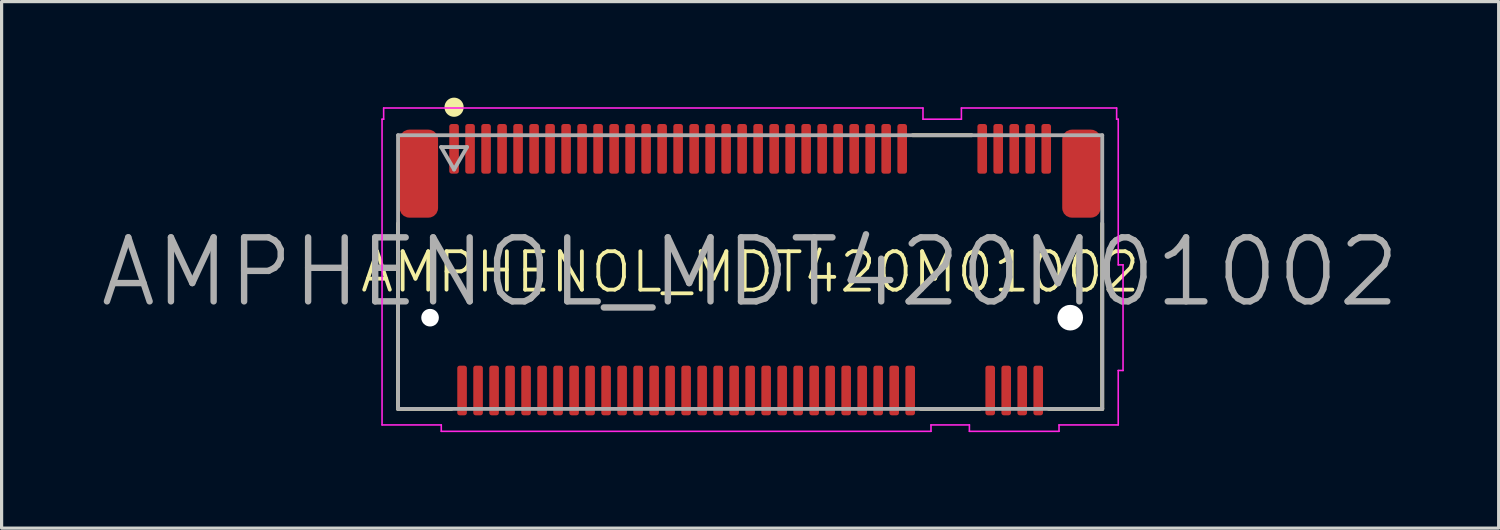
<source format=kicad_pcb>
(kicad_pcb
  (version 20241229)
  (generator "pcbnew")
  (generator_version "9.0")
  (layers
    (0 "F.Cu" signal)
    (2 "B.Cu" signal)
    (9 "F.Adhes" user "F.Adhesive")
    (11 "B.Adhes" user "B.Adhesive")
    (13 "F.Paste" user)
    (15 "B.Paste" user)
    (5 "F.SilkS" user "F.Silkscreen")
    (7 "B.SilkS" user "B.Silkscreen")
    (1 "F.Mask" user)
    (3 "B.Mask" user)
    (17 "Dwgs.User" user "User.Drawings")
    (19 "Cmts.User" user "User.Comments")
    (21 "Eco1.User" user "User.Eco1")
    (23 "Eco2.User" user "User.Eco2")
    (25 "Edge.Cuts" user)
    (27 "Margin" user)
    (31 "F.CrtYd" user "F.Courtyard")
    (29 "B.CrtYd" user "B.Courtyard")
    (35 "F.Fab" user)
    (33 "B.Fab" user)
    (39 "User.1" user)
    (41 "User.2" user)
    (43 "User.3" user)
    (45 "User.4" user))
  (footprint "AMPHENOL_MDT420M01002"
    (layer "F.Cu")
    (at 20.386 5.45)
    (property "Reference" "AMPHENOL_MDT420M01002" (at 0 0 0) (layer "F.SilkS") (effects (font (size 1.2 1.2) (thickness 0.12))))
    (attr through_hole)
    (fp_line (start -11 4.275) (end -11 -1.52) (stroke (width 0.12) (type solid)) (layer "F.SilkS"))
    (fp_line (start -9.33 4.275) (end -11 4.275) (stroke (width 0.12) (type solid)) (layer "F.SilkS"))
    (fp_line (start 5.08 -4.275) (end 6.92 -4.275) (stroke (width 0.12) (type solid)) (layer "F.SilkS"))
    (fp_line (start 5.33 4.275) (end 7.17 4.275) (stroke (width 0.12) (type solid)) (layer "F.SilkS"))
    (fp_line (start 11 -1.52) (end 11 4.275) (stroke (width 0.12) (type solid)) (layer "F.SilkS"))
    (fp_line (start 11 4.275) (end 9.33 4.275) (stroke (width 0.12) (type solid)) (layer "F.SilkS"))
    (fp_circle (center -9.25 -5.15) (end -9.25 -5) (stroke (width 0.3) (type solid)) (fill no) (layer "F.SilkS"))
    (fp_line (start -11.5 -4.775) (end -11.5 4.775) (stroke (width 0.05) (type solid)) (layer "F.CrtYd"))
    (fp_line (start -11.5 4.775) (end -9.65 4.775) (stroke (width 0.05) (type solid)) (layer "F.CrtYd"))
    (fp_line (start -11.45 -5.125) (end -11.45 -4.775) (stroke (width 0.05) (type solid)) (layer "F.CrtYd"))
    (fp_line (start -11.45 -4.775) (end -11.5 -4.775) (stroke (width 0.05) (type solid)) (layer "F.CrtYd"))
    (fp_line (start -9.65 4.775) (end -9.65 4.975) (stroke (width 0.05) (type solid)) (layer "F.CrtYd"))
    (fp_line (start -9.65 4.975) (end 5.65 4.975) (stroke (width 0.05) (type solid)) (layer "F.CrtYd"))
    (fp_line (start 5.4 -5.125) (end -11.45 -5.125) (stroke (width 0.05) (type solid)) (layer "F.CrtYd"))
    (fp_line (start 5.4 -4.775) (end 5.4 -5.125) (stroke (width 0.05) (type solid)) (layer "F.CrtYd"))
    (fp_line (start 5.65 4.775) (end 6.85 4.775) (stroke (width 0.05) (type solid)) (layer "F.CrtYd"))
    (fp_line (start 5.65 4.975) (end 5.65 4.775) (stroke (width 0.05) (type solid)) (layer "F.CrtYd"))
    (fp_line (start 6.6 -5.125) (end 6.6 -4.775) (stroke (width 0.05) (type solid)) (layer "F.CrtYd"))
    (fp_line (start 6.6 -4.775) (end 5.4 -4.775) (stroke (width 0.05) (type solid)) (layer "F.CrtYd"))
    (fp_line (start 6.85 4.775) (end 6.85 4.975) (stroke (width 0.05) (type solid)) (layer "F.CrtYd"))
    (fp_line (start 6.85 4.975) (end 9.65 4.975) (stroke (width 0.05) (type solid)) (layer "F.CrtYd"))
    (fp_line (start 9.65 4.775) (end 11.5 4.775) (stroke (width 0.05) (type solid)) (layer "F.CrtYd"))
    (fp_line (start 9.65 4.975) (end 9.65 4.775) (stroke (width 0.05) (type solid)) (layer "F.CrtYd"))
    (fp_line (start 11.45 -5.125) (end 6.6 -5.125) (stroke (width 0.05) (type solid)) (layer "F.CrtYd"))
    (fp_line (start 11.45 -4.775) (end 11.45 -5.125) (stroke (width 0.05) (type solid)) (layer "F.CrtYd"))
    (fp_line (start 11.5 -4.775) (end 11.45 -4.775) (stroke (width 0.05) (type solid)) (layer "F.CrtYd"))
    (fp_line (start 11.5 -0.225) (end 11.5 -4.775) (stroke (width 0.05) (type solid)) (layer "F.CrtYd"))
    (fp_line (start 11.5 3.075) (end 11.65 3.075) (stroke (width 0.05) (type solid)) (layer "F.CrtYd"))
    (fp_line (start 11.5 4.775) (end 11.5 3.075) (stroke (width 0.05) (type solid)) (layer "F.CrtYd"))
    (fp_line (start 11.65 -0.225) (end 11.5 -0.225) (stroke (width 0.05) (type solid)) (layer "F.CrtYd"))
    (fp_line (start 11.65 3.075) (end 11.65 -0.225) (stroke (width 0.05) (type solid)) (layer "F.CrtYd"))
    (fp_line (start -11 -4.275) (end 11 -4.275) (stroke (width 0.12) (type solid)) (layer "F.Fab"))
    (fp_line (start -11 4.275) (end -11 -4.275) (stroke (width 0.12) (type solid)) (layer "F.Fab"))
    (fp_line (start -9.655 -3.906) (end -9.25 -3.205) (stroke (width 0.12) (type solid)) (layer "F.Fab"))
    (fp_line (start -9.25 -3.205) (end -8.845 -3.906) (stroke (width 0.12) (type solid)) (layer "F.Fab"))
    (fp_line (start -8.845 -3.906) (end -9.655 -3.906) (stroke (width 0.12) (type solid)) (layer "F.Fab"))
    (fp_line (start 11 -4.275) (end 11 4.275) (stroke (width 0.12) (type solid)) (layer "F.Fab"))
    (fp_line (start 11 4.275) (end -11 4.275) (stroke (width 0.12) (type solid)) (layer "F.Fab"))
    (fp_text user "${REFERENCE}" (at 0 0 0) (layer "F.Fab") (effects (font (size 2 2) (thickness 0.2))))
    (pad "" np_thru_hole circle (at -10 1.425) (size 0.55 0.55) (drill 1.1) (layers "*.Cu" "*.Mask"))
    (pad "" np_thru_hole circle (at 10 1.425) (size 0.8 0.8) (drill 1.6) (layers "*.Cu" "*.Mask"))
    (pad "1" smd roundrect (at -9.25 -3.85) (size 0.3 1.55) (layers "F.Cu" "F.Mask" "F.Paste") (roundrect_rratio 0.25))
    (pad "2" smd roundrect (at -9 3.7) (size 0.3 1.55) (layers "F.Cu" "F.Mask" "F.Paste") (roundrect_rratio 0.25))
    (pad "3" smd roundrect (at -8.75 -3.85) (size 0.3 1.55) (layers "F.Cu" "F.Mask" "F.Paste") (roundrect_rratio 0.25))
    (pad "4" smd roundrect (at -8.5 3.7) (size 0.3 1.55) (layers "F.Cu" "F.Mask" "F.Paste") (roundrect_rratio 0.25))
    (pad "5" smd roundrect (at -8.25 -3.85) (size 0.3 1.55) (layers "F.Cu" "F.Mask" "F.Paste") (roundrect_rratio 0.25))
    (pad "6" smd roundrect (at -8 3.7) (size 0.3 1.55) (layers "F.Cu" "F.Mask" "F.Paste") (roundrect_rratio 0.25))
    (pad "7" smd roundrect (at -7.75 -3.85) (size 0.3 1.55) (layers "F.Cu" "F.Mask" "F.Paste") (roundrect_rratio 0.25))
    (pad "8" smd roundrect (at -7.5 3.7) (size 0.3 1.55) (layers "F.Cu" "F.Mask" "F.Paste") (roundrect_rratio 0.25))
    (pad "9" smd roundrect (at -7.25 -3.85) (size 0.3 1.55) (layers "F.Cu" "F.Mask" "F.Paste") (roundrect_rratio 0.25))
    (pad "10" smd roundrect (at -7 3.7) (size 0.3 1.55) (layers "F.Cu" "F.Mask" "F.Paste") (roundrect_rratio 0.25))
    (pad "11" smd roundrect (at -6.75 -3.85) (size 0.3 1.55) (layers "F.Cu" "F.Mask" "F.Paste") (roundrect_rratio 0.25))
    (pad "12" smd roundrect (at -6.5 3.7) (size 0.3 1.55) (layers "F.Cu" "F.Mask" "F.Paste") (roundrect_rratio 0.25))
    (pad "13" smd roundrect (at -6.25 -3.85) (size 0.3 1.55) (layers "F.Cu" "F.Mask" "F.Paste") (roundrect_rratio 0.25))
    (pad "14" smd roundrect (at -6 3.7) (size 0.3 1.55) (layers "F.Cu" "F.Mask" "F.Paste") (roundrect_rratio 0.25))
    (pad "15" smd roundrect (at -5.75 -3.85) (size 0.3 1.55) (layers "F.Cu" "F.Mask" "F.Paste") (roundrect_rratio 0.25))
    (pad "16" smd roundrect (at -5.5 3.7) (size 0.3 1.55) (layers "F.Cu" "F.Mask" "F.Paste") (roundrect_rratio 0.25))
    (pad "17" smd roundrect (at -5.25 -3.85) (size 0.3 1.55) (layers "F.Cu" "F.Mask" "F.Paste") (roundrect_rratio 0.25))
    (pad "18" smd roundrect (at -5 3.7) (size 0.3 1.55) (layers "F.Cu" "F.Mask" "F.Paste") (roundrect_rratio 0.25))
    (pad "19" smd roundrect (at -4.75 -3.85) (size 0.3 1.55) (layers "F.Cu" "F.Mask" "F.Paste") (roundrect_rratio 0.25))
    (pad "20" smd roundrect (at -4.5 3.7) (size 0.3 1.55) (layers "F.Cu" "F.Mask" "F.Paste") (roundrect_rratio 0.25))
    (pad "21" smd roundrect (at -4.25 -3.85) (size 0.3 1.55) (layers "F.Cu" "F.Mask" "F.Paste") (roundrect_rratio 0.25))
    (pad "22" smd roundrect (at -4 3.7) (size 0.3 1.55) (layers "F.Cu" "F.Mask" "F.Paste") (roundrect_rratio 0.25))
    (pad "23" smd roundrect (at -3.75 -3.85) (size 0.3 1.55) (layers "F.Cu" "F.Mask" "F.Paste") (roundrect_rratio 0.25))
    (pad "24" smd roundrect (at -3.5 3.7) (size 0.3 1.55) (layers "F.Cu" "F.Mask" "F.Paste") (roundrect_rratio 0.25))
    (pad "25" smd roundrect (at -3.25 -3.85) (size 0.3 1.55) (layers "F.Cu" "F.Mask" "F.Paste") (roundrect_rratio 0.25))
    (pad "26" smd roundrect (at -3 3.7) (size 0.3 1.55) (layers "F.Cu" "F.Mask" "F.Paste") (roundrect_rratio 0.25))
    (pad "27" smd roundrect (at -2.75 -3.85) (size 0.3 1.55) (layers "F.Cu" "F.Mask" "F.Paste") (roundrect_rratio 0.25))
    (pad "28" smd roundrect (at -2.5 3.7) (size 0.3 1.55) (layers "F.Cu" "F.Mask" "F.Paste") (roundrect_rratio 0.25))
    (pad "29" smd roundrect (at -2.25 -3.85) (size 0.3 1.55) (layers "F.Cu" "F.Mask" "F.Paste") (roundrect_rratio 0.25))
    (pad "30" smd roundrect (at -2 3.7) (size 0.3 1.55) (layers "F.Cu" "F.Mask" "F.Paste") (roundrect_rratio 0.25))
    (pad "31" smd roundrect (at -1.75 -3.85) (size 0.3 1.55) (layers "F.Cu" "F.Mask" "F.Paste") (roundrect_rratio 0.25))
    (pad "32" smd roundrect (at -1.5 3.7) (size 0.3 1.55) (layers "F.Cu" "F.Mask" "F.Paste") (roundrect_rratio 0.25))
    (pad "33" smd roundrect (at -1.25 -3.85) (size 0.3 1.55) (layers "F.Cu" "F.Mask" "F.Paste") (roundrect_rratio 0.25))
    (pad "34" smd roundrect (at -1 3.7) (size 0.3 1.55) (layers "F.Cu" "F.Mask" "F.Paste") (roundrect_rratio 0.25))
    (pad "35" smd roundrect (at -0.75 -3.85) (size 0.3 1.55) (layers "F.Cu" "F.Mask" "F.Paste") (roundrect_rratio 0.25))
    (pad "36" smd roundrect (at -0.5 3.7) (size 0.3 1.55) (layers "F.Cu" "F.Mask" "F.Paste") (roundrect_rratio 0.25))
    (pad "37" smd roundrect (at -0.25 -3.85) (size 0.3 1.55) (layers "F.Cu" "F.Mask" "F.Paste") (roundrect_rratio 0.25))
    (pad "38" smd roundrect (at 0 3.7) (size 0.3 1.55) (layers "F.Cu" "F.Mask" "F.Paste") (roundrect_rratio 0.25))
    (pad "39" smd roundrect (at 0.25 -3.85) (size 0.3 1.55) (layers "F.Cu" "F.Mask" "F.Paste") (roundrect_rratio 0.25))
    (pad "40" smd roundrect (at 0.5 3.7) (size 0.3 1.55) (layers "F.Cu" "F.Mask" "F.Paste") (roundrect_rratio 0.25))
    (pad "41" smd roundrect (at 0.75 -3.85) (size 0.3 1.55) (layers "F.Cu" "F.Mask" "F.Paste") (roundrect_rratio 0.25))
    (pad "42" smd roundrect (at 1 3.7) (size 0.3 1.55) (layers "F.Cu" "F.Mask" "F.Paste") (roundrect_rratio 0.25))
    (pad "43" smd roundrect (at 1.25 -3.85) (size 0.3 1.55) (layers "F.Cu" "F.Mask" "F.Paste") (roundrect_rratio 0.25))
    (pad "44" smd roundrect (at 1.5 3.7) (size 0.3 1.55) (layers "F.Cu" "F.Mask" "F.Paste") (roundrect_rratio 0.25))
    (pad "45" smd roundrect (at 1.75 -3.85) (size 0.3 1.55) (layers "F.Cu" "F.Mask" "F.Paste") (roundrect_rratio 0.25))
    (pad "46" smd roundrect (at 2 3.7) (size 0.3 1.55) (layers "F.Cu" "F.Mask" "F.Paste") (roundrect_rratio 0.25))
    (pad "47" smd roundrect (at 2.25 -3.85) (size 0.3 1.55) (layers "F.Cu" "F.Mask" "F.Paste") (roundrect_rratio 0.25))
    (pad "48" smd roundrect (at 2.5 3.7) (size 0.3 1.55) (layers "F.Cu" "F.Mask" "F.Paste") (roundrect_rratio 0.25))
    (pad "49" smd roundrect (at 2.75 -3.85) (size 0.3 1.55) (layers "F.Cu" "F.Mask" "F.Paste") (roundrect_rratio 0.25))
    (pad "50" smd roundrect (at 3 3.7) (size 0.3 1.55) (layers "F.Cu" "F.Mask" "F.Paste") (roundrect_rratio 0.25))
    (pad "51" smd roundrect (at 3.25 -3.85) (size 0.3 1.55) (layers "F.Cu" "F.Mask" "F.Paste") (roundrect_rratio 0.25))
    (pad "52" smd roundrect (at 3.5 3.7) (size 0.3 1.55) (layers "F.Cu" "F.Mask" "F.Paste") (roundrect_rratio 0.25))
    (pad "53" smd roundrect (at 3.75 -3.85) (size 0.3 1.55) (layers "F.Cu" "F.Mask" "F.Paste") (roundrect_rratio 0.25))
    (pad "54" smd roundrect (at 4 3.7) (size 0.3 1.55) (layers "F.Cu" "F.Mask" "F.Paste") (roundrect_rratio 0.25))
    (pad "55" smd roundrect (at 4.25 -3.85) (size 0.3 1.55) (layers "F.Cu" "F.Mask" "F.Paste") (roundrect_rratio 0.25))
    (pad "56" smd roundrect (at 4.5 3.7) (size 0.3 1.55) (layers "F.Cu" "F.Mask" "F.Paste") (roundrect_rratio 0.25))
    (pad "57" smd roundrect (at 4.75 -3.85) (size 0.3 1.55) (layers "F.Cu" "F.Mask" "F.Paste") (roundrect_rratio 0.25))
    (pad "58" smd roundrect (at 5 3.7) (size 0.3 1.55) (layers "F.Cu" "F.Mask" "F.Paste") (roundrect_rratio 0.25))
    (pad "67" smd roundrect (at 7.25 -3.85) (size 0.3 1.55) (layers "F.Cu" "F.Mask" "F.Paste") (roundrect_rratio 0.25))
    (pad "68" smd roundrect (at 7.5 3.7) (size 0.3 1.55) (layers "F.Cu" "F.Mask" "F.Paste") (roundrect_rratio 0.25))
    (pad "69" smd roundrect (at 7.75 -3.85) (size 0.3 1.55) (layers "F.Cu" "F.Mask" "F.Paste") (roundrect_rratio 0.25))
    (pad "70" smd roundrect (at 8 3.7) (size 0.3 1.55) (layers "F.Cu" "F.Mask" "F.Paste") (roundrect_rratio 0.25))
    (pad "71" smd roundrect (at 8.25 -3.85) (size 0.3 1.55) (layers "F.Cu" "F.Mask" "F.Paste") (roundrect_rratio 0.25))
    (pad "72" smd roundrect (at 8.5 3.7) (size 0.3 1.55) (layers "F.Cu" "F.Mask" "F.Paste") (roundrect_rratio 0.25))
    (pad "73" smd roundrect (at 8.75 -3.85) (size 0.3 1.55) (layers "F.Cu" "F.Mask" "F.Paste") (roundrect_rratio 0.25))
    (pad "74" smd roundrect (at 9 3.7) (size 0.3 1.55) (layers "F.Cu" "F.Mask" "F.Paste") (roundrect_rratio 0.25))
    (pad "75" smd roundrect (at 9.25 -3.85) (size 0.3 1.55) (layers "F.Cu" "F.Mask" "F.Paste") (roundrect_rratio 0.25))
    (pad "M1" smd roundrect (at -10.35 -3.075) (size 1.2 2.75) (layers "F.Cu" "F.Mask" "F.Paste") (roundrect_rratio 0.25))
    (pad "M2" smd roundrect (at 10.35 -3.075) (size 1.2 2.75) (layers "F.Cu" "F.Mask" "F.Paste") (roundrect_rratio 0.25)))
  (gr_rect
    (start -3 -3)
    (end 43.771 13.45)
    (stroke (width 0.1) (type default))
    (fill no)
    (layer "Edge.Cuts")))
</source>
